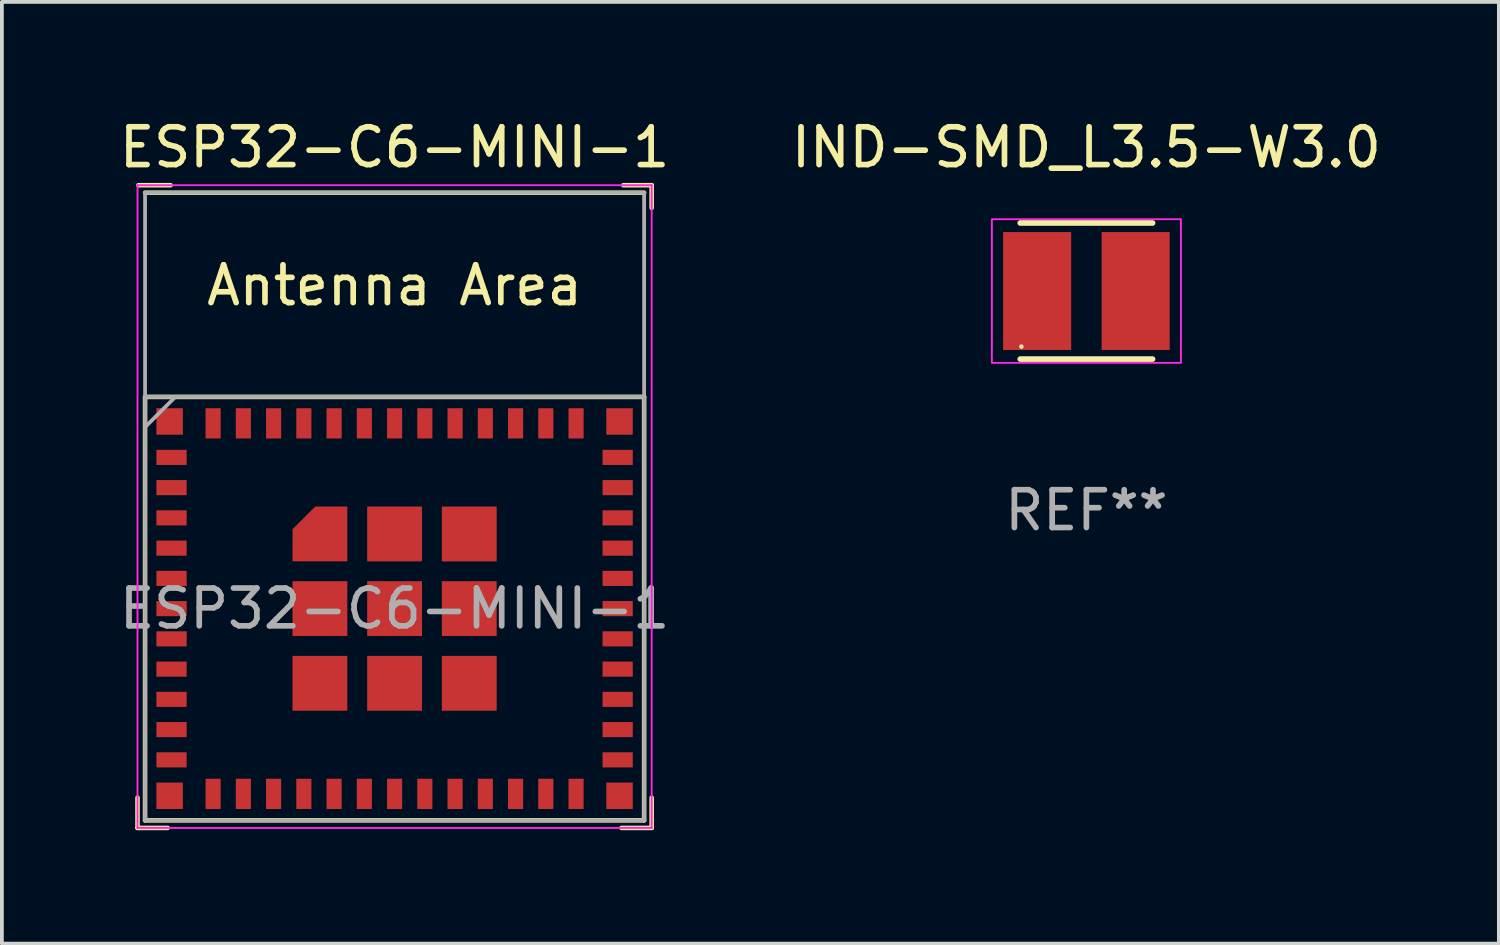
<source format=kicad_pcb>
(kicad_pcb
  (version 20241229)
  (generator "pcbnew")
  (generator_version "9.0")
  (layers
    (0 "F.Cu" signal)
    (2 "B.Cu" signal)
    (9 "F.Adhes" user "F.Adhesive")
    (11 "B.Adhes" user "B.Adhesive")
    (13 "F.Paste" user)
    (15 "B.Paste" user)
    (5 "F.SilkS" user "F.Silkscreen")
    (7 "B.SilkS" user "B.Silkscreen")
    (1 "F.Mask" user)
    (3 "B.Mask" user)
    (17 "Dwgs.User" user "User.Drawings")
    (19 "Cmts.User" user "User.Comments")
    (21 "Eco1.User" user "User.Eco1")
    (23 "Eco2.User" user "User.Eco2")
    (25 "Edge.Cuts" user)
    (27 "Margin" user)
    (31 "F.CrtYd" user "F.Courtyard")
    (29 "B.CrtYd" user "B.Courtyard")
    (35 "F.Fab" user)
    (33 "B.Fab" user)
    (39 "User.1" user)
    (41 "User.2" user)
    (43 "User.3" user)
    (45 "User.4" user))
  (footprint "ESP32-C6-MINI-1"
    (layer "F.Cu")
    (at 7.387 10.348)
    (property "Reference" "ESP32-C6-MINI-1" (at 0 -9.5 0) (layer "F.SilkS") (effects (font (size 1 1) (thickness 0.15))))
    (attr smd)
    (fp_line (start -6.8 7.7) (end -6.8 8.5) (stroke (width 0.12) (type solid)) (layer "F.SilkS"))
    (fp_line (start -6.8 8.5) (end -6 8.5) (stroke (width 0.12) (type solid)) (layer "F.SilkS"))
    (fp_line (start -6.6 -8.3) (end 6.6 -8.3) (stroke (width 0.12) (type solid)) (layer "F.SilkS"))
    (fp_line (start -6.6 -2.9) (end 6.6 -2.9) (stroke (width 0.12) (type solid)) (layer "F.SilkS"))
    (fp_line (start -6.6 8.3) (end -6.6 -2.9) (stroke (width 0.12) (type solid)) (layer "F.SilkS"))
    (fp_line (start -5.925 -8.5) (end -6.775 -8.5) (stroke (width 0.12) (type solid)) (layer "F.SilkS"))
    (fp_line (start 6.05 -8.5) (end 6.8 -8.5) (stroke (width 0.12) (type solid)) (layer "F.SilkS"))
    (fp_line (start 6.6 -2.9) (end 6.6 8.3) (stroke (width 0.12) (type solid)) (layer "F.SilkS"))
    (fp_line (start 6.6 8.3) (end -6.6 8.3) (stroke (width 0.12) (type solid)) (layer "F.SilkS"))
    (fp_line (start 6.8 -8.5) (end 6.8 -7.9) (stroke (width 0.12) (type solid)) (layer "F.SilkS"))
    (fp_line (start 6.8 7.7) (end 6.8 8.5) (stroke (width 0.12) (type solid)) (layer "F.SilkS"))
    (fp_line (start 6.8 8.5) (end 6 8.5) (stroke (width 0.12) (type solid)) (layer "F.SilkS"))
    (fp_line (start -6.8 -8.5) (end 6.8 -8.5) (stroke (width 0.05) (type solid)) (layer "F.CrtYd"))
    (fp_line (start -6.8 8.5) (end -6.8 -8.5) (stroke (width 0.05) (type solid)) (layer "F.CrtYd"))
    (fp_line (start 6.8 -8.5) (end 6.8 8.5) (stroke (width 0.05) (type solid)) (layer "F.CrtYd"))
    (fp_line (start 6.8 8.5) (end -6.8 8.5) (stroke (width 0.05) (type solid)) (layer "F.CrtYd"))
    (fp_line (start -6.6 8.3) (end -6.6 -8.3) (stroke (width 0.1) (type solid)) (layer "F.Fab"))
    (fp_line (start -6.6 8.3) (end 6.6 8.3) (stroke (width 0.1) (type solid)) (layer "F.Fab"))
    (fp_line (start -5.8 -2.9) (end -6.6 -2.1) (stroke (width 0.1) (type solid)) (layer "F.Fab"))
    (fp_line (start 6.6 -8.3) (end -6.6 -8.3) (stroke (width 0.1) (type solid)) (layer "F.Fab"))
    (fp_line (start 6.6 -2.9) (end -6.6 -2.9) (stroke (width 0.1) (type solid)) (layer "F.Fab"))
    (fp_line (start 6.6 8.3) (end 6.6 -8.3) (stroke (width 0.1) (type solid)) (layer "F.Fab"))
    (fp_text user "Antenna Area" (at 0 -5.85 0) (layer "F.SilkS") (effects (font (size 1 1) (thickness 0.15))))
    (fp_text user "${REFERENCE}" (at 0 2.7 0) (layer "F.Fab") (effects (font (size 1 1) (thickness 0.15))))
    (pad "1" smd rect (at -5.9 -1.3 90) (size 0.4 0.8) (layers "F.Cu" "F.Mask" "F.Paste"))
    (pad "2" smd rect (at -5.9 -0.5 90) (size 0.4 0.8) (layers "F.Cu" "F.Mask" "F.Paste"))
    (pad "3" smd rect (at -5.9 0.3 90) (size 0.4 0.8) (layers "F.Cu" "F.Mask" "F.Paste"))
    (pad "4" smd rect (at -5.9 1.1 90) (size 0.4 0.8) (layers "F.Cu" "F.Mask" "F.Paste"))
    (pad "5" smd rect (at -5.9 1.9 90) (size 0.4 0.8) (layers "F.Cu" "F.Mask" "F.Paste"))
    (pad "6" smd rect (at -5.9 2.7 90) (size 0.4 0.8) (layers "F.Cu" "F.Mask" "F.Paste"))
    (pad "7" smd rect (at -5.9 3.5 90) (size 0.4 0.8) (layers "F.Cu" "F.Mask" "F.Paste"))
    (pad "8" smd rect (at -5.9 4.3 90) (size 0.4 0.8) (layers "F.Cu" "F.Mask" "F.Paste"))
    (pad "9" smd rect (at -5.9 5.1 90) (size 0.4 0.8) (layers "F.Cu" "F.Mask" "F.Paste"))
    (pad "10" smd rect (at -5.9 5.9 90) (size 0.4 0.8) (layers "F.Cu" "F.Mask" "F.Paste"))
    (pad "11" smd rect (at -5.9 6.7 90) (size 0.4 0.8) (layers "F.Cu" "F.Mask" "F.Paste"))
    (pad "12" smd rect (at -4.8 7.6) (size 0.4 0.8) (layers "F.Cu" "F.Mask" "F.Paste"))
    (pad "13" smd rect (at -4 7.6) (size 0.4 0.8) (layers "F.Cu" "F.Mask" "F.Paste"))
    (pad "14" smd rect (at -3.2 7.6) (size 0.4 0.8) (layers "F.Cu" "F.Mask" "F.Paste"))
    (pad "15" smd rect (at -2.4 7.6) (size 0.4 0.8) (layers "F.Cu" "F.Mask" "F.Paste"))
    (pad "16" smd rect (at -1.6 7.6) (size 0.4 0.8) (layers "F.Cu" "F.Mask" "F.Paste"))
    (pad "17" smd rect (at -0.8 7.6) (size 0.4 0.8) (layers "F.Cu" "F.Mask" "F.Paste"))
    (pad "18" smd rect (at 0 7.6) (size 0.4 0.8) (layers "F.Cu" "F.Mask" "F.Paste"))
    (pad "19" smd rect (at 0.8 7.6) (size 0.4 0.8) (layers "F.Cu" "F.Mask" "F.Paste"))
    (pad "20" smd rect (at 1.6 7.6) (size 0.4 0.8) (layers "F.Cu" "F.Mask" "F.Paste"))
    (pad "21" smd rect (at 2.4 7.6) (size 0.4 0.8) (layers "F.Cu" "F.Mask" "F.Paste"))
    (pad "22" smd rect (at 3.2 7.6) (size 0.4 0.8) (layers "F.Cu" "F.Mask" "F.Paste"))
    (pad "23" smd rect (at 4 7.6) (size 0.4 0.8) (layers "F.Cu" "F.Mask" "F.Paste"))
    (pad "24" smd rect (at 4.8 7.6) (size 0.4 0.8) (layers "F.Cu" "F.Mask" "F.Paste"))
    (pad "25" smd rect (at 5.9 6.7 90) (size 0.4 0.8) (layers "F.Cu" "F.Mask" "F.Paste"))
    (pad "26" smd rect (at 5.9 5.9 90) (size 0.4 0.8) (layers "F.Cu" "F.Mask" "F.Paste"))
    (pad "27" smd rect (at 5.9 5.1 90) (size 0.4 0.8) (layers "F.Cu" "F.Mask" "F.Paste"))
    (pad "28" smd rect (at 5.9 4.3 90) (size 0.4 0.8) (layers "F.Cu" "F.Mask" "F.Paste"))
    (pad "29" smd rect (at 5.9 3.5 90) (size 0.4 0.8) (layers "F.Cu" "F.Mask" "F.Paste"))
    (pad "30" smd rect (at 5.9 2.7 90) (size 0.4 0.8) (layers "F.Cu" "F.Mask" "F.Paste"))
    (pad "31" smd rect (at 5.9 1.9 90) (size 0.4 0.8) (layers "F.Cu" "F.Mask" "F.Paste"))
    (pad "32" smd rect (at 5.9 1.1 90) (size 0.4 0.8) (layers "F.Cu" "F.Mask" "F.Paste"))
    (pad "33" smd rect (at 5.9 0.3 90) (size 0.4 0.8) (layers "F.Cu" "F.Mask" "F.Paste"))
    (pad "34" smd rect (at 5.9 -0.5 90) (size 0.4 0.8) (layers "F.Cu" "F.Mask" "F.Paste"))
    (pad "35" smd rect (at 5.9 -1.3 90) (size 0.4 0.8) (layers "F.Cu" "F.Mask" "F.Paste"))
    (pad "36" smd rect (at 4.8 -2.2) (size 0.4 0.8) (layers "F.Cu" "F.Mask" "F.Paste"))
    (pad "37" smd rect (at 4 -2.2) (size 0.4 0.8) (layers "F.Cu" "F.Mask" "F.Paste"))
    (pad "38" smd rect (at 3.2 -2.2) (size 0.4 0.8) (layers "F.Cu" "F.Mask" "F.Paste"))
    (pad "39" smd rect (at 2.4 -2.2) (size 0.4 0.8) (layers "F.Cu" "F.Mask" "F.Paste"))
    (pad "40" smd rect (at 1.6 -2.2) (size 0.4 0.8) (layers "F.Cu" "F.Mask" "F.Paste"))
    (pad "41" smd rect (at 0.8 -2.2) (size 0.4 0.8) (layers "F.Cu" "F.Mask" "F.Paste"))
    (pad "42" smd rect (at 0 -2.2) (size 0.4 0.8) (layers "F.Cu" "F.Mask" "F.Paste"))
    (pad "43" smd rect (at -0.8 -2.2) (size 0.4 0.8) (layers "F.Cu" "F.Mask" "F.Paste"))
    (pad "44" smd rect (at -1.6 -2.2) (size 0.4 0.8) (layers "F.Cu" "F.Mask" "F.Paste"))
    (pad "45" smd rect (at -2.4 -2.2) (size 0.4 0.8) (layers "F.Cu" "F.Mask" "F.Paste"))
    (pad "46" smd rect (at -3.2 -2.2) (size 0.4 0.8) (layers "F.Cu" "F.Mask" "F.Paste"))
    (pad "47" smd rect (at -4 -2.2) (size 0.4 0.8) (layers "F.Cu" "F.Mask" "F.Paste"))
    (pad "48" smd rect (at -4.8 -2.2) (size 0.4 0.8) (layers "F.Cu" "F.Mask" "F.Paste"))
    (pad "49" smd custom (at -1.975 0.725) (size 0.8 0.8) (layers "F.Cu" "F.Mask" "F.Paste") (options (anchor rect)) (primitives (gr_poly (pts (xy 0.725 0.725) (xy -0.725 0.725) (xy -0.725 -0.125) (xy -0.125 -0.725) (xy 0.725 -0.725)) (width 0) (fill yes))))
    (pad "49" smd rect (at -1.975 2.7 90) (size 1.45 1.45) (layers "F.Cu" "F.Mask" "F.Paste"))
    (pad "49" smd rect (at -1.975 4.675 90) (size 1.45 1.45) (layers "F.Cu" "F.Mask" "F.Paste"))
    (pad "49" smd rect (at 0 0.725 90) (size 1.45 1.45) (layers "F.Cu" "F.Mask" "F.Paste"))
    (pad "49" smd rect (at 0 2.7 90) (size 1.45 1.45) (layers "F.Cu" "F.Mask" "F.Paste"))
    (pad "49" smd rect (at 0 4.675 90) (size 1.45 1.45) (layers "F.Cu" "F.Mask" "F.Paste"))
    (pad "49" smd rect (at 1.975 0.725 90) (size 1.45 1.45) (layers "F.Cu" "F.Mask" "F.Paste"))
    (pad "49" smd rect (at 1.975 2.7 90) (size 1.45 1.45) (layers "F.Cu" "F.Mask" "F.Paste"))
    (pad "49" smd rect (at 1.975 4.675 90) (size 1.45 1.45) (layers "F.Cu" "F.Mask" "F.Paste"))
    (pad "50" smd rect (at 5.95 -2.25 90) (size 0.7 0.7) (layers "F.Cu" "F.Mask" "F.Paste"))
    (pad "51" smd rect (at 5.95 7.65 90) (size 0.7 0.7) (layers "F.Cu" "F.Mask" "F.Paste"))
    (pad "52" smd rect (at -5.95 7.65 90) (size 0.7 0.7) (layers "F.Cu" "F.Mask" "F.Paste"))
    (pad "53" smd rect (at -5.95 -2.25 90) (size 0.7 0.7) (layers "F.Cu" "F.Mask" "F.Paste"))
    (zone (net_name "") (layers "F.Cu" "B.Cu") (name "antenna keepout") (hatch edge 0.508) (connect_pads) (min_thickness 0.254) (filled_areas_thickness no) (keepout (tracks not_allowed) (vias not_allowed) (pads not_allowed) (copperpour not_allowed) (footprints not_allowed)) (placement (enabled no)) (fill) (polygon (pts (xy 13.987 7.448) (xy 0.787 7.448) (xy 0.787 2.048) (xy 13.987 2.048)))))
  (footprint "IND-SMD_L3.5-W3.0"
    (layer "F.Cu")
    (at 25.685 4.648)
    (property "Reference" "IND-SMD_L3.5-W3.0" (at -0.000064 -3.8 0) (layer "F.SilkS") (effects (font (size 1 1) (thickness 0.15))))
    (attr smd)
    (fp_line (start -1.75 -1.8) (end 1.75 -1.8) (stroke (width 0.15) (type solid)) (layer "F.SilkS"))
    (fp_line (start 1.75 1.8) (end -1.75 1.8) (stroke (width 0.15) (type solid)) (layer "F.SilkS"))
    (fp_circle (center -1.72 1.47) (end -1.69 1.47) (stroke (width 0.06) (type solid)) (fill no) (layer "F.SilkS"))
    (fp_rect (start -2.5 -1.9) (end 2.5 1.9) (stroke (width 0.05) (type default)) (fill no) (layer "F.CrtYd"))
    (fp_text user "REF**" (at -0.000064 5.8 0) (layer "F.Fab") (effects (font (size 1 1) (thickness 0.15))))
    (pad "1" smd rect (at 1.303 0) (size 1.8 3.12) (layers "F.Cu" "F.Mask" "F.Paste"))
    (pad "2" smd rect (at -1.303 0) (size 1.8 3.12) (layers "F.Cu" "F.Mask" "F.Paste")))
  (gr_rect
    (start -3 -3)
    (end 36.595 21.908)
    (stroke (width 0.1) (type default))
    (fill no)
    (layer "Edge.Cuts")))
</source>
